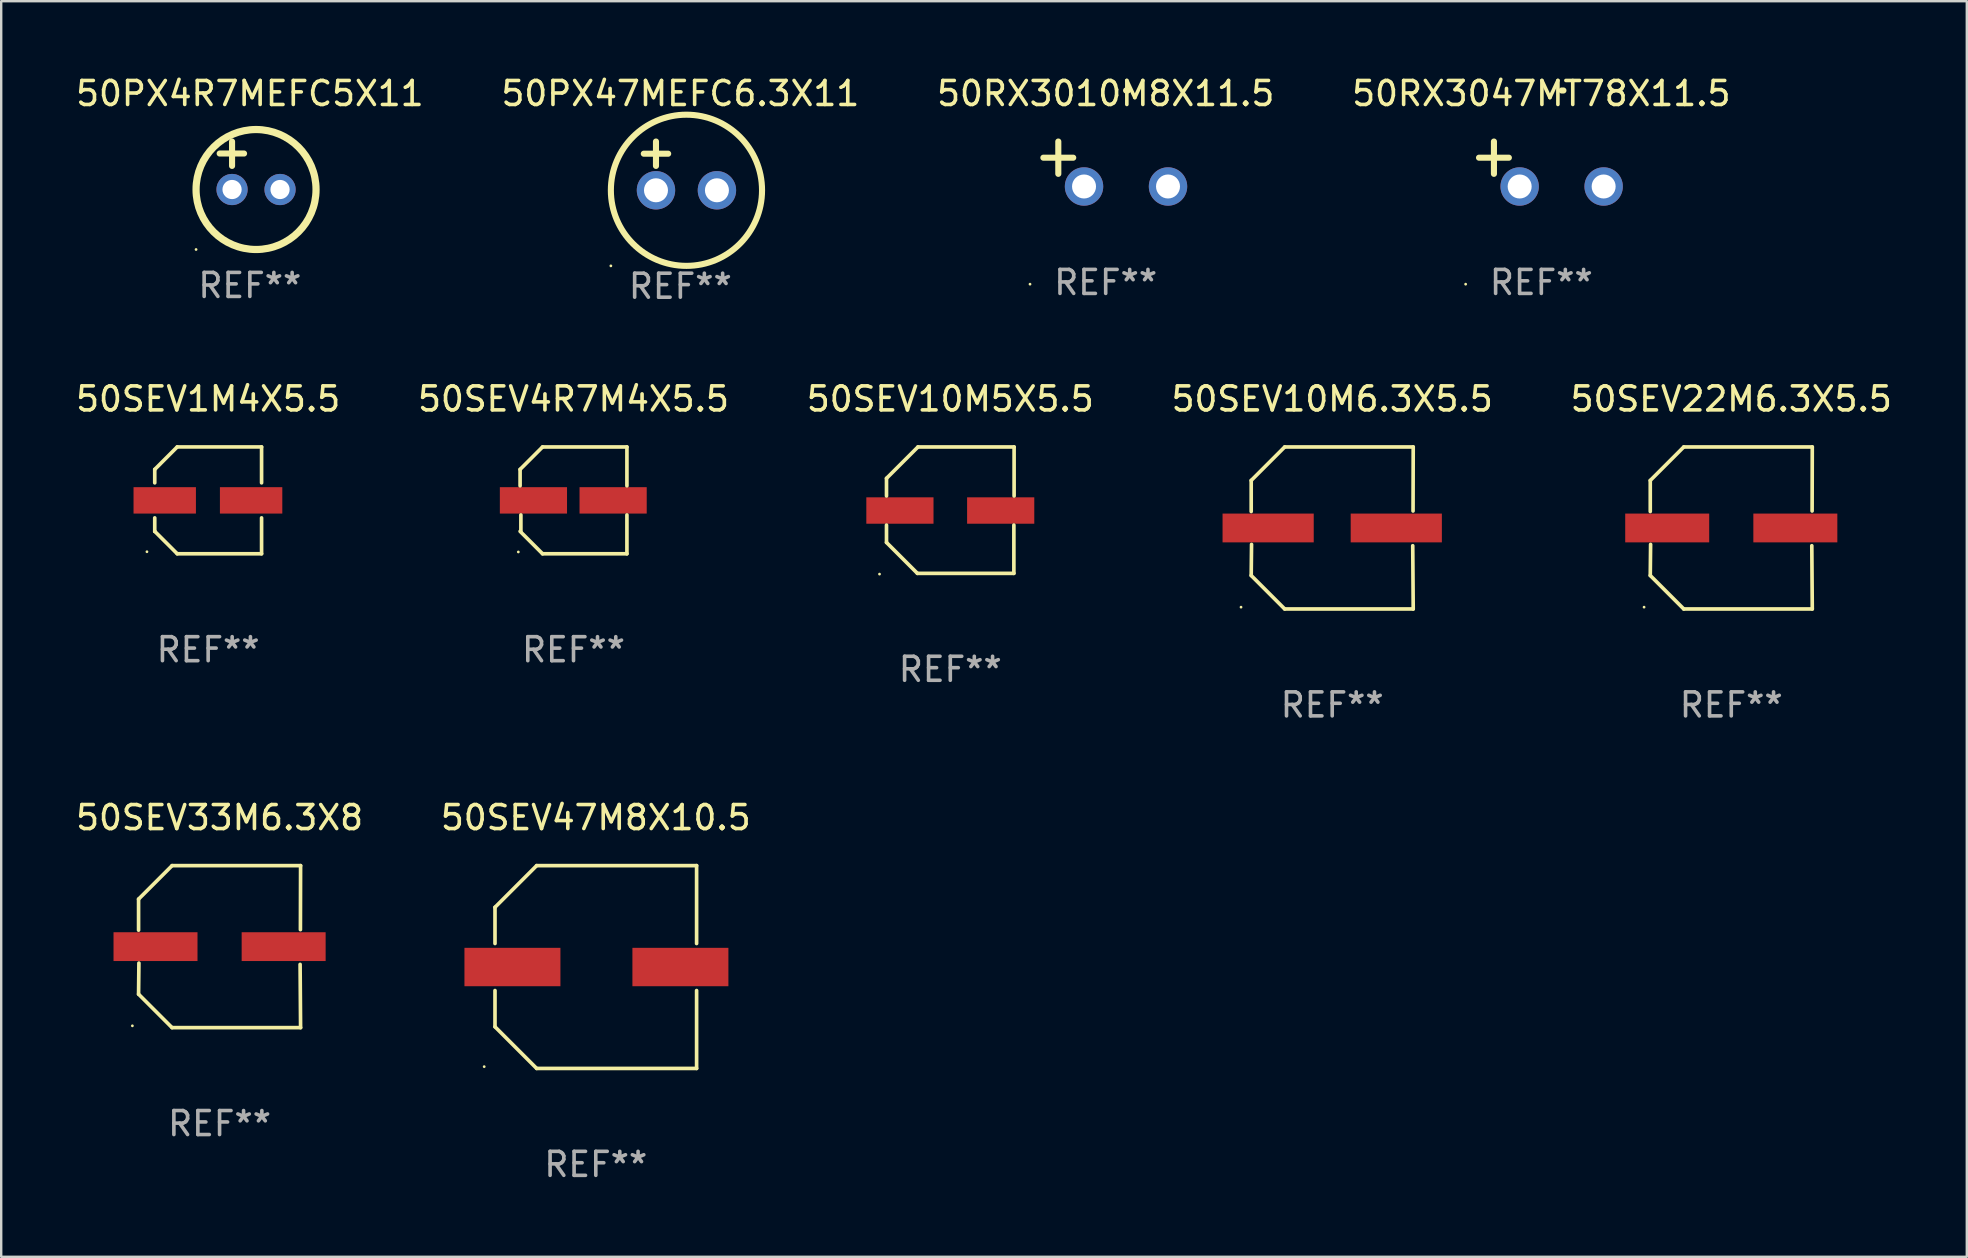
<source format=kicad_pcb>
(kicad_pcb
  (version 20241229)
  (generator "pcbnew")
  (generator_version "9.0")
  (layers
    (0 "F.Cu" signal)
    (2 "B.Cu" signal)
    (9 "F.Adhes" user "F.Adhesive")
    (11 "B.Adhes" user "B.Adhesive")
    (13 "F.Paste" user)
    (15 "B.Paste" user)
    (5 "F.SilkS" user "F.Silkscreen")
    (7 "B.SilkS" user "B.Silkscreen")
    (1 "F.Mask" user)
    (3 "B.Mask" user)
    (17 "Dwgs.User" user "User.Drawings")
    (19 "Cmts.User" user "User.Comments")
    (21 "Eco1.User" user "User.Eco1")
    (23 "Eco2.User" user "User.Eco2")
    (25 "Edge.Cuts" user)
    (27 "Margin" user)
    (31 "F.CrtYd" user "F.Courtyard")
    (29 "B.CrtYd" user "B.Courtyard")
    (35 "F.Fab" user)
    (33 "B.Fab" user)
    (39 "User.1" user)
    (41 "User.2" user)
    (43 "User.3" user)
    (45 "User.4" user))
  (footprint "50SEV47M8X10.5"
    (layer "F.Cu")
    (at 21.78 37.251)
    (property "Reference" "50SEV47M8X10.5" (at 0 -6.226 0) (layer "F.SilkS") (effects (font (size 1 1) (thickness 0.15))))
    (attr through_hole)
    (fp_line (start -4.201 -0.98) (end -4.201 -2.49) (stroke (width 0.152) (type solid)) (layer "F.SilkS"))
    (fp_line (start -4.201 2.49) (end -4.201 0.98) (stroke (width 0.152) (type solid)) (layer "F.SilkS"))
    (fp_line (start -2.465 -4.226) (end -4.201 -2.49) (stroke (width 0.152) (type solid)) (layer "F.SilkS"))
    (fp_line (start -2.465 4.226) (end -4.201 2.49) (stroke (width 0.152) (type solid)) (layer "F.SilkS"))
    (fp_line (start 4.201 -4.226) (end -2.465 -4.226) (stroke (width 0.152) (type solid)) (layer "F.SilkS"))
    (fp_line (start 4.201 -4.226) (end 4.201 -0.98) (stroke (width 0.152) (type solid)) (layer "F.SilkS"))
    (fp_line (start 4.201 0.98) (end 4.201 4.226) (stroke (width 0.152) (type solid)) (layer "F.SilkS"))
    (fp_line (start 4.201 4.226) (end -2.465 4.226) (stroke (width 0.152) (type solid)) (layer "F.SilkS"))
    (fp_circle (center -4.651 4.152) (end -4.621 4.152) (stroke (width 0.06) (type solid)) (fill no) (layer "F.SilkS"))
    (fp_text user "REF**" (at 0 8.226 0) (layer "F.Fab") (effects (font (size 1 1) (thickness 0.15))))
    (pad "1" smd rect (at -3.474 0) (size 4 1.6) (layers "F.Cu" "F.Mask" "F.Paste"))
    (pad "2" smd rect (at 3.526 0) (size 4 1.6) (layers "F.Cu" "F.Mask" "F.Paste")))
  (footprint "50RX3047MT78X11.5"
    (layer "F.Cu")
    (at 61.185 3.785)
    (property "Reference" "50RX3047MT78X11.5" (at 0 -2.937 0) (layer "F.SilkS") (effects (font (size 1 1) (thickness 0.15))))
    (attr through_hole)
    (fp_line (start -1.975 0.41) (end -1.975 -0.937) (stroke (width 0.254) (type solid)) (layer "F.SilkS"))
    (fp_line (start -1.353 -0.263) (end -2.597 -0.263) (stroke (width 0.254) (type solid)) (layer "F.SilkS"))
    (fp_arc (start 0.849809 -3.063957) (mid 0.885369 -3.064114) (end 0.920929 -3.063957) (stroke (width 0.254001) (type solid)) (layer "F.SilkS"))
    (fp_circle (center -3.154 5.008) (end -3.124 5.008) (stroke (width 0.06) (type solid)) (fill no) (layer "F.SilkS"))
    (fp_text user "REF**" (at 0 4.937 0) (layer "F.Fab") (effects (font (size 1 1) (thickness 0.15))))
    (pad "1" thru_hole circle (at -0.903 0.937) (size 1.6 1.6) (drill 1) (layers "*.Cu" "*.Mask"))
    (pad "2" thru_hole circle (at 2.597 0.937) (size 1.6 1.6) (drill 1) (layers "*.Cu" "*.Mask")))
  (footprint "50SEV33M6.3X8"
    (layer "F.Cu")
    (at 6.101 36.401)
    (property "Reference" "50SEV33M6.3X8" (at 0 -5.376 0) (layer "F.SilkS") (effects (font (size 1 1) (thickness 0.15))))
    (attr through_hole)
    (fp_line (start -3.376 -1.98) (end -3.376 -0.686) (stroke (width 0.152) (type solid)) (layer "F.SilkS"))
    (fp_line (start -3.376 1.981) (end -3.362 0.686) (stroke (width 0.152) (type solid)) (layer "F.SilkS"))
    (fp_line (start -1.981 3.376) (end -3.376 1.981) (stroke (width 0.152) (type solid)) (layer "F.SilkS"))
    (fp_line (start -1.98 -3.376) (end -3.376 -1.98) (stroke (width 0.152) (type solid)) (layer "F.SilkS"))
    (fp_line (start 3.356 0.74) (end 3.376 3.376) (stroke (width 0.152) (type solid)) (layer "F.SilkS"))
    (fp_line (start 3.369 -0.707) (end 3.376 -3.376) (stroke (width 0.152) (type solid)) (layer "F.SilkS"))
    (fp_line (start 3.376 3.376) (end -1.981 3.376) (stroke (width 0.152) (type solid)) (layer "F.SilkS"))
    (fp_line (start 3.376 -3.376) (end -1.98 -3.376) (stroke (width 0.152) (type solid)) (layer "F.SilkS"))
    (fp_circle (center -3.634 3.3) (end -3.604 3.3) (stroke (width 0.06) (type solid)) (fill no) (layer "F.SilkS"))
    (fp_text user "REF**" (at 0 7.376 0) (layer "F.Fab") (effects (font (size 1 1) (thickness 0.15))))
    (pad "1" smd rect (at -2.67 0.000254) (size 3.5 1.2) (layers "F.Cu" "F.Mask" "F.Paste"))
    (pad "2" smd rect (at 2.67 0.000254) (size 3.5 1.2) (layers "F.Cu" "F.Mask" "F.Paste")))
  (footprint "50PX4R7MEFC5X11"
    (layer "F.Cu")
    (at 7.363 3.848)
    (property "Reference" "50PX4R7MEFC5X11" (at 0 -3 0) (layer "F.SilkS") (effects (font (size 1 1) (thickness 0.15))))
    (attr through_hole)
    (fp_line (start -1.258 -0.5) (end -0.242 -0.5) (stroke (width 0.254) (type solid)) (layer "F.SilkS"))
    (fp_line (start -0.742 -1) (end -0.742 0.016) (stroke (width 0.254) (type solid)) (layer "F.SilkS"))
    (fp_circle (center -2.242 3.5) (end -2.212 3.5) (stroke (width 0.06) (type solid)) (fill no) (layer "F.SilkS"))
    (fp_circle (center 0.258 1) (end 2.758 1) (stroke (width 0.3) (type solid)) (fill no) (layer "F.SilkS"))
    (fp_text user "REF**" (at 0 5 0) (layer "F.Fab") (effects (font (size 1 1) (thickness 0.15))))
    (pad "1" thru_hole circle (at -0.742 1) (size 1.3 1.3) (drill 0.8) (layers "*.Cu" "*.Mask"))
    (pad "2" thru_hole circle (at 1.258 1) (size 1.3 1.3) (drill 0.8) (layers "*.Cu" "*.Mask")))
  (footprint "50SEV10M5X5.5"
    (layer "F.Cu")
    (at 36.554 18.211)
    (property "Reference" "50SEV10M5X5.5" (at 0 -4.634 0) (layer "F.SilkS") (effects (font (size 1 1) (thickness 0.15))))
    (attr through_hole)
    (fp_line (start -2.659 -1.326) (end -2.659 -0.592) (stroke (width 0.152) (type solid)) (layer "F.SilkS"))
    (fp_line (start -2.659 1.346) (end -2.659 0.622) (stroke (width 0.152) (type solid)) (layer "F.SilkS"))
    (fp_line (start -1.372 2.634) (end -2.659 1.346) (stroke (width 0.152) (type solid)) (layer "F.SilkS"))
    (fp_line (start -1.349 -2.634) (end -2.659 -1.326) (stroke (width 0.152) (type solid)) (layer "F.SilkS"))
    (fp_line (start 2.649 0.622) (end 2.649 2.634) (stroke (width 0.152) (type solid)) (layer "F.SilkS"))
    (fp_line (start 2.649 2.634) (end -1.372 2.634) (stroke (width 0.152) (type solid)) (layer "F.SilkS"))
    (fp_line (start 2.659 -2.634) (end -1.349 -2.634) (stroke (width 0.152) (type solid)) (layer "F.SilkS"))
    (fp_line (start 2.659 -0.592) (end 2.659 -2.634) (stroke (width 0.152) (type solid)) (layer "F.SilkS"))
    (fp_circle (center -2.95 2.665) (end -2.92 2.665) (stroke (width 0.06) (type solid)) (fill no) (layer "F.SilkS"))
    (fp_text user "REF**" (at 0 6.634 0) (layer "F.Fab") (effects (font (size 1 1) (thickness 0.15))))
    (pad "1" smd rect (at -2.1 0.015) (size 2.8 1.1) (layers "F.Cu" "F.Mask" "F.Paste"))
    (pad "2" smd rect (at 2.1 0.015) (size 2.8 1.1) (layers "F.Cu" "F.Mask" "F.Paste")))
  (footprint "50SEV1M4X5.5"
    (layer "F.Cu")
    (at 5.625 17.802)
    (property "Reference" "50SEV1M4X5.5" (at 0 -4.226 0) (layer "F.SilkS") (effects (font (size 1 1) (thickness 0.15))))
    (attr through_hole)
    (fp_line (start -2.226 -1.289) (end -2.226 -0.73) (stroke (width 0.152) (type solid)) (layer "F.SilkS"))
    (fp_line (start -2.226 0.731) (end -2.226 1.291) (stroke (width 0.152) (type solid)) (layer "F.SilkS"))
    (fp_line (start -2.226 1.291) (end -2.226 1.291) (stroke (width 0.152) (type solid)) (layer "F.SilkS"))
    (fp_line (start -1.29 -2.226) (end -2.226 -1.289) (stroke (width 0.152) (type solid)) (layer "F.SilkS"))
    (fp_line (start -1.289 2.226) (end -2.226 1.291) (stroke (width 0.152) (type solid)) (layer "F.SilkS"))
    (fp_line (start 2.226 -2.226) (end -1.29 -2.226) (stroke (width 0.152) (type solid)) (layer "F.SilkS"))
    (fp_line (start 2.226 -0.73) (end 2.226 -2.226) (stroke (width 0.152) (type solid)) (layer "F.SilkS"))
    (fp_line (start 2.226 2.226) (end -1.289 2.226) (stroke (width 0.152) (type solid)) (layer "F.SilkS"))
    (fp_line (start 2.226 2.226) (end 2.226 0.731) (stroke (width 0.152) (type solid)) (layer "F.SilkS"))
    (fp_circle (center -2.551 2.142) (end -2.521 2.142) (stroke (width 0.06) (type solid)) (fill no) (layer "F.SilkS"))
    (fp_text user "REF**" (at 0 6.226 0) (layer "F.Fab") (effects (font (size 1 1) (thickness 0.15))))
    (pad "1" smd rect (at -1.81 0.001) (size 2.6 1.1) (layers "F.Cu" "F.Mask" "F.Paste"))
    (pad "2" smd rect (at 1.79 0.001) (size 2.6 1.1) (layers "F.Cu" "F.Mask" "F.Paste")))
  (footprint "50SEV4R7M4X5.5"
    (layer "F.Cu")
    (at 20.851 17.803)
    (property "Reference" "50SEV4R7M4X5.5" (at 0 -4.226 0) (layer "F.SilkS") (effects (font (size 1 1) (thickness 0.15))))
    (attr through_hole)
    (fp_line (start -2.226 -1.29) (end -2.226 -0.607) (stroke (width 0.152) (type solid)) (layer "F.SilkS"))
    (fp_line (start -2.193 1.29) (end -2.193 0.607) (stroke (width 0.152) (type solid)) (layer "F.SilkS"))
    (fp_line (start -1.29 2.226) (end -2.226 1.29) (stroke (width 0.152) (type solid)) (layer "F.SilkS"))
    (fp_line (start -1.29 -2.226) (end -2.226 -1.29) (stroke (width 0.152) (type solid)) (layer "F.SilkS"))
    (fp_line (start 2.226 -2.226) (end -1.29 -2.226) (stroke (width 0.152) (type solid)) (layer "F.SilkS"))
    (fp_line (start 2.226 -0.607) (end 2.226 -2.226) (stroke (width 0.152) (type solid)) (layer "F.SilkS"))
    (fp_line (start 2.226 0.607) (end 2.226 2.226) (stroke (width 0.152) (type solid)) (layer "F.SilkS"))
    (fp_line (start 2.226 2.226) (end -1.29 2.226) (stroke (width 0.152) (type solid)) (layer "F.SilkS"))
    (fp_circle (center -2.3 2.15) (end -2.27 2.15) (stroke (width 0.06) (type solid)) (fill no) (layer "F.SilkS"))
    (fp_text user "REF**" (at 0 6.226 0) (layer "F.Fab") (effects (font (size 1 1) (thickness 0.15))))
    (pad "1" smd rect (at -1.67 -0.000025) (size 2.8 1.1) (layers "F.Cu" "F.Mask" "F.Paste"))
    (pad "2" smd rect (at 1.651 -0.000025) (size 2.8 1.1) (layers "F.Cu" "F.Mask" "F.Paste")))
  (footprint "50SEV22M6.3X5.5"
    (layer "F.Cu")
    (at 69.101 18.953)
    (property "Reference" "50SEV22M6.3X5.5" (at 0 -5.376 0) (layer "F.SilkS") (effects (font (size 1 1) (thickness 0.15))))
    (attr through_hole)
    (fp_line (start -3.376 -1.98) (end -3.376 -0.686) (stroke (width 0.152) (type solid)) (layer "F.SilkS"))
    (fp_line (start -3.376 1.981) (end -3.362 0.686) (stroke (width 0.152) (type solid)) (layer "F.SilkS"))
    (fp_line (start -1.981 3.376) (end -3.376 1.981) (stroke (width 0.152) (type solid)) (layer "F.SilkS"))
    (fp_line (start -1.98 -3.376) (end -3.376 -1.98) (stroke (width 0.152) (type solid)) (layer "F.SilkS"))
    (fp_line (start 3.356 0.74) (end 3.376 3.376) (stroke (width 0.152) (type solid)) (layer "F.SilkS"))
    (fp_line (start 3.369 -0.707) (end 3.376 -3.376) (stroke (width 0.152) (type solid)) (layer "F.SilkS"))
    (fp_line (start 3.376 3.376) (end -1.981 3.376) (stroke (width 0.152) (type solid)) (layer "F.SilkS"))
    (fp_line (start 3.376 -3.376) (end -1.98 -3.376) (stroke (width 0.152) (type solid)) (layer "F.SilkS"))
    (fp_circle (center -3.634 3.3) (end -3.604 3.3) (stroke (width 0.06) (type solid)) (fill no) (layer "F.SilkS"))
    (fp_text user "REF**" (at 0 7.376 0) (layer "F.Fab") (effects (font (size 1 1) (thickness 0.15))))
    (pad "1" smd rect (at -2.67 0.000254) (size 3.5 1.2) (layers "F.Cu" "F.Mask" "F.Paste"))
    (pad "2" smd rect (at 2.67 0.000254) (size 3.5 1.2) (layers "F.Cu" "F.Mask" "F.Paste")))
  (footprint "50RX3010M8X11.5"
    (layer "F.Cu")
    (at 43.03 3.785)
    (property "Reference" "50RX3010M8X11.5" (at 0 -2.937 0) (layer "F.SilkS") (effects (font (size 1 1) (thickness 0.15))))
    (attr through_hole)
    (fp_line (start -1.975 0.41) (end -1.975 -0.937) (stroke (width 0.254) (type solid)) (layer "F.SilkS"))
    (fp_line (start -1.353 -0.263) (end -2.597 -0.263) (stroke (width 0.254) (type solid)) (layer "F.SilkS"))
    (fp_arc (start 0.849809 -3.063957) (mid 0.885369 -3.064114) (end 0.920929 -3.063957) (stroke (width 0.254001) (type solid)) (layer "F.SilkS"))
    (fp_circle (center -3.154 5.008) (end -3.124 5.008) (stroke (width 0.06) (type solid)) (fill no) (layer "F.SilkS"))
    (fp_text user "REF**" (at 0 4.937 0) (layer "F.Fab") (effects (font (size 1 1) (thickness 0.15))))
    (pad "1" thru_hole circle (at -0.903 0.937) (size 1.6 1.6) (drill 1) (layers "*.Cu" "*.Mask"))
    (pad "2" thru_hole circle (at 2.597 0.937) (size 1.6 1.6) (drill 1) (layers "*.Cu" "*.Mask")))
  (footprint "50SEV10M6.3X5.5"
    (layer "F.Cu")
    (at 52.47 18.953)
    (property "Reference" "50SEV10M6.3X5.5" (at 0 -5.376 0) (layer "F.SilkS") (effects (font (size 1 1) (thickness 0.15))))
    (attr through_hole)
    (fp_line (start -3.376 -1.98) (end -3.376 -0.686) (stroke (width 0.152) (type solid)) (layer "F.SilkS"))
    (fp_line (start -3.376 1.981) (end -3.362 0.686) (stroke (width 0.152) (type solid)) (layer "F.SilkS"))
    (fp_line (start -1.981 3.376) (end -3.376 1.981) (stroke (width 0.152) (type solid)) (layer "F.SilkS"))
    (fp_line (start -1.98 -3.376) (end -3.376 -1.98) (stroke (width 0.152) (type solid)) (layer "F.SilkS"))
    (fp_line (start 3.356 0.74) (end 3.376 3.376) (stroke (width 0.152) (type solid)) (layer "F.SilkS"))
    (fp_line (start 3.369 -0.707) (end 3.376 -3.376) (stroke (width 0.152) (type solid)) (layer "F.SilkS"))
    (fp_line (start 3.376 3.376) (end -1.981 3.376) (stroke (width 0.152) (type solid)) (layer "F.SilkS"))
    (fp_line (start 3.376 -3.376) (end -1.98 -3.376) (stroke (width 0.152) (type solid)) (layer "F.SilkS"))
    (fp_circle (center -3.8 3.3) (end -3.77 3.3) (stroke (width 0.06) (type solid)) (fill no) (layer "F.SilkS"))
    (fp_text user "REF**" (at 0 7.376 0) (layer "F.Fab") (effects (font (size 1 1) (thickness 0.15))))
    (pad "1" smd rect (at -2.67 0.000254) (size 3.8 1.2) (layers "F.Cu" "F.Mask" "F.Paste"))
    (pad "2" smd rect (at 2.67 0.000254) (size 3.8 1.2) (layers "F.Cu" "F.Mask" "F.Paste")))
  (footprint "50PX47MEFC6.3X11"
    (layer "F.Cu")
    (at 25.304 3.864)
    (property "Reference" "50PX47MEFC6.3X11" (at 0 -3.016 0) (layer "F.SilkS") (effects (font (size 1 1) (thickness 0.15))))
    (attr through_hole)
    (fp_line (start -1.524 -0.508) (end -0.508 -0.508) (stroke (width 0.254) (type solid)) (layer "F.SilkS"))
    (fp_line (start -1.016 -1.016) (end -1.016 0) (stroke (width 0.254) (type solid)) (layer "F.SilkS"))
    (fp_circle (center -2.896 4.166) (end -2.866 4.166) (stroke (width 0.06) (type solid)) (fill no) (layer "F.SilkS"))
    (fp_circle (center 0.254 1.016) (end 3.404 1.016) (stroke (width 0.254) (type solid)) (fill no) (layer "F.SilkS"))
    (fp_text user "REF**" (at 0 5.016 0) (layer "F.Fab") (effects (font (size 1 1) (thickness 0.15))))
    (pad "1" thru_hole circle (at -1.016 1.016) (size 1.6 1.6) (drill 1) (layers "*.Cu" "*.Mask"))
    (pad "2" thru_hole circle (at 1.524 1.016) (size 1.6 1.6) (drill 1) (layers "*.Cu" "*.Mask")))
  (gr_rect
    (start -3 -3)
    (end 78.917 49.326)
    (stroke (width 0.1) (type default))
    (fill no)
    (layer "Edge.Cuts")))
</source>
